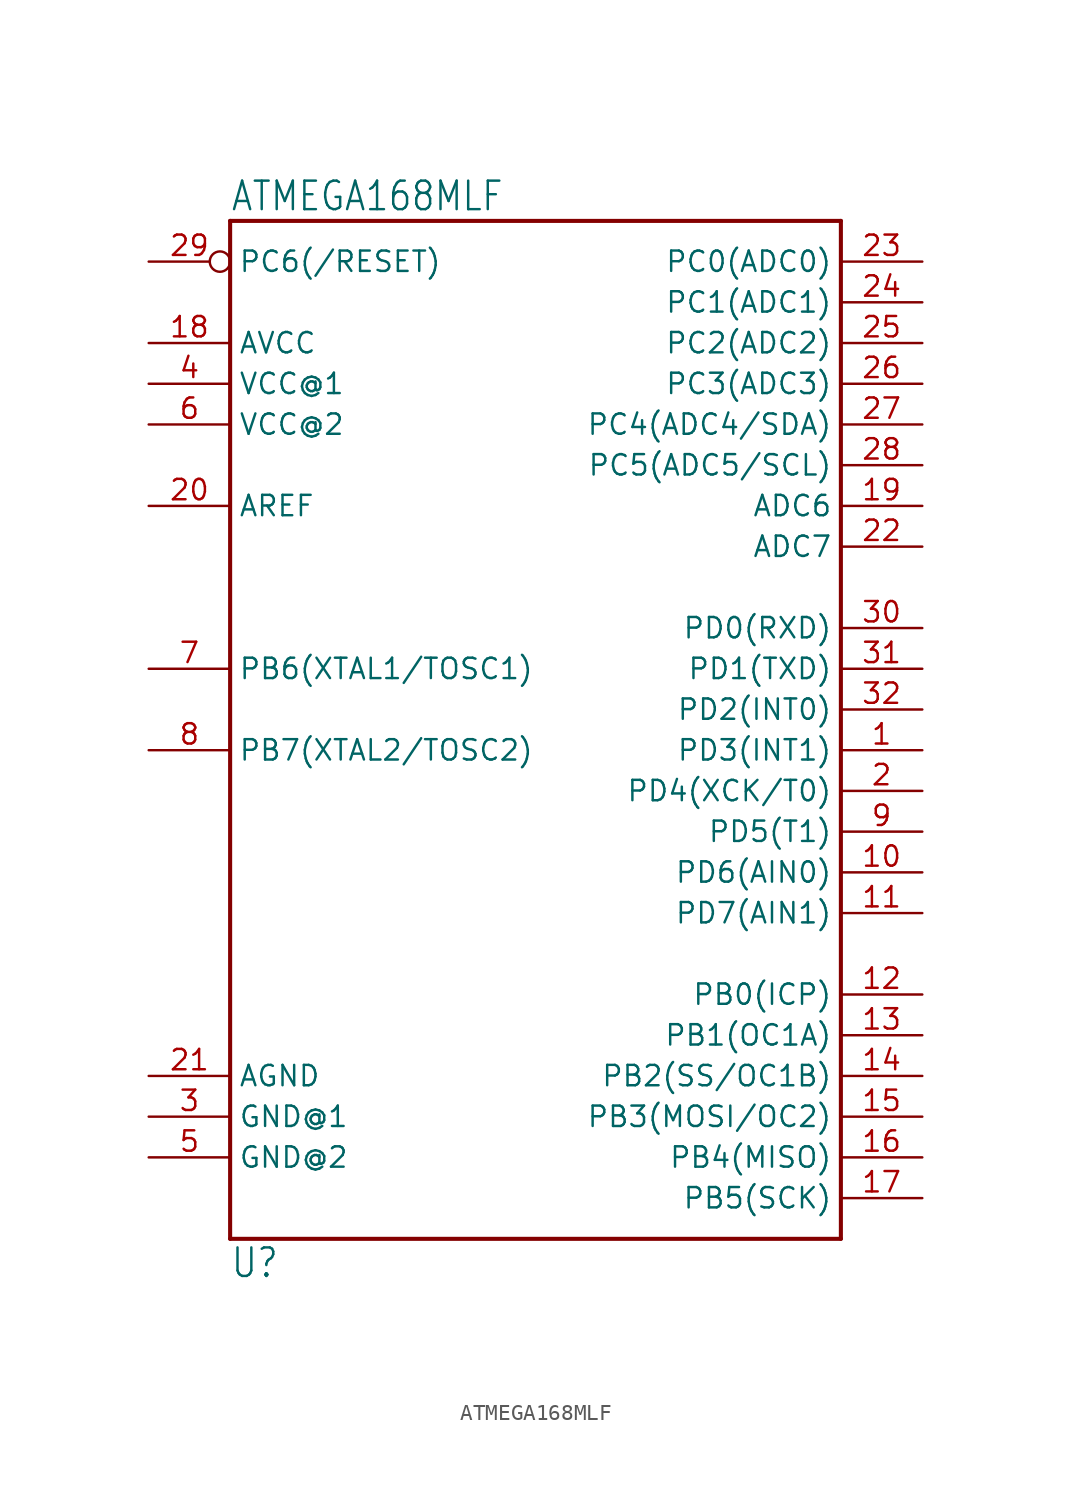
<source format=kicad_sym>
(kicad_symbol_lib
  (version 20211014)
  (generator kicad_symbol_editor)
  (symbol "ATMEGA168MLF"
    (property "Reference" "U"
      (at -17.78 -38.1 0)
      (effects (font (size 1.778 1.511)) (justify left bottom)))
    (property "Value" "ATMEGA168MLF"
      (at -17.78 28.448 0)
      (effects (font (size 1.778 1.511)) (justify left bottom)))
    (property "ki_locked" ""
      (at 0 0 0)
      (effects (font (size 1.27 1.27))))
    (symbol "ATMEGA168MLF_1_0"
      (polyline (pts (xy -17.78 -35.56) (xy -17.78 27.94)) (stroke (width 0.254) (type default) (color 0 0 0 0)) (fill (type none)))
      (polyline (pts (xy -17.78 27.94) (xy 20.32 27.94)) (stroke (width 0.254) (type default) (color 0 0 0 0)) (fill (type none)))
      (polyline (pts (xy 20.32 -35.56) (xy -17.78 -35.56)) (stroke (width 0.254) (type default) (color 0 0 0 0)) (fill (type none)))
      (polyline (pts (xy 20.32 27.94) (xy 20.32 -35.56)) (stroke (width 0.254) (type default) (color 0 0 0 0)) (fill (type none)))
      (pin bidirectional line (at 25.4 -5.08 180) (length 5.08) (name "PD3(INT1)" (effects (font (size 1.27 1.27)))) (number "1" (effects (font (size 1.27 1.27)))))
      (pin bidirectional line (at 25.4 -12.7 180) (length 5.08) (name "PD6(AIN0)" (effects (font (size 1.27 1.27)))) (number "10" (effects (font (size 1.27 1.27)))))
      (pin bidirectional line (at 25.4 -15.24 180) (length 5.08) (name "PD7(AIN1)" (effects (font (size 1.27 1.27)))) (number "11" (effects (font (size 1.27 1.27)))))
      (pin bidirectional line (at 25.4 -20.32 180) (length 5.08) (name "PB0(ICP)" (effects (font (size 1.27 1.27)))) (number "12" (effects (font (size 1.27 1.27)))))
      (pin bidirectional line (at 25.4 -22.86 180) (length 5.08) (name "PB1(OC1A)" (effects (font (size 1.27 1.27)))) (number "13" (effects (font (size 1.27 1.27)))))
      (pin bidirectional line (at 25.4 -25.4 180) (length 5.08) (name "PB2(SS/OC1B)" (effects (font (size 1.27 1.27)))) (number "14" (effects (font (size 1.27 1.27)))))
      (pin bidirectional line (at 25.4 -27.94 180) (length 5.08) (name "PB3(MOSI/OC2)" (effects (font (size 1.27 1.27)))) (number "15" (effects (font (size 1.27 1.27)))))
      (pin bidirectional line (at 25.4 -30.48 180) (length 5.08) (name "PB4(MISO)" (effects (font (size 1.27 1.27)))) (number "16" (effects (font (size 1.27 1.27)))))
      (pin bidirectional line (at 25.4 -33.02 180) (length 5.08) (name "PB5(SCK)" (effects (font (size 1.27 1.27)))) (number "17" (effects (font (size 1.27 1.27)))))
      (pin bidirectional line (at -22.86 20.32 0) (length 5.08) (name "AVCC" (effects (font (size 1.27 1.27)))) (number "18" (effects (font (size 1.27 1.27)))))
      (pin bidirectional line (at 25.4 10.16 180) (length 5.08) (name "ADC6" (effects (font (size 1.27 1.27)))) (number "19" (effects (font (size 1.27 1.27)))))
      (pin bidirectional line (at 25.4 -7.62 180) (length 5.08) (name "PD4(XCK/T0)" (effects (font (size 1.27 1.27)))) (number "2" (effects (font (size 1.27 1.27)))))
      (pin bidirectional line (at -22.86 10.16 0) (length 5.08) (name "AREF" (effects (font (size 1.27 1.27)))) (number "20" (effects (font (size 1.27 1.27)))))
      (pin bidirectional line (at -22.86 -25.4 0) (length 5.08) (name "AGND" (effects (font (size 1.27 1.27)))) (number "21" (effects (font (size 1.27 1.27)))))
      (pin bidirectional line (at 25.4 7.62 180) (length 5.08) (name "ADC7" (effects (font (size 1.27 1.27)))) (number "22" (effects (font (size 1.27 1.27)))))
      (pin bidirectional line (at 25.4 25.4 180) (length 5.08) (name "PC0(ADC0)" (effects (font (size 1.27 1.27)))) (number "23" (effects (font (size 1.27 1.27)))))
      (pin bidirectional line (at 25.4 22.86 180) (length 5.08) (name "PC1(ADC1)" (effects (font (size 1.27 1.27)))) (number "24" (effects (font (size 1.27 1.27)))))
      (pin bidirectional line (at 25.4 20.32 180) (length 5.08) (name "PC2(ADC2)" (effects (font (size 1.27 1.27)))) (number "25" (effects (font (size 1.27 1.27)))))
      (pin bidirectional line (at 25.4 17.78 180) (length 5.08) (name "PC3(ADC3)" (effects (font (size 1.27 1.27)))) (number "26" (effects (font (size 1.27 1.27)))))
      (pin bidirectional line (at 25.4 15.24 180) (length 5.08) (name "PC4(ADC4/SDA)" (effects (font (size 1.27 1.27)))) (number "27" (effects (font (size 1.27 1.27)))))
      (pin bidirectional line (at 25.4 12.7 180) (length 5.08) (name "PC5(ADC5/SCL)" (effects (font (size 1.27 1.27)))) (number "28" (effects (font (size 1.27 1.27)))))
      (pin bidirectional inverted (at -22.86 25.4 0) (length 5.08) (name "PC6(/RESET)" (effects (font (size 1.27 1.27)))) (number "29" (effects (font (size 1.27 1.27)))))
      (pin bidirectional line (at -22.86 -27.94 0) (length 5.08) (name "GND@1" (effects (font (size 1.27 1.27)))) (number "3" (effects (font (size 1.27 1.27)))))
      (pin bidirectional line (at 25.4 2.54 180) (length 5.08) (name "PD0(RXD)" (effects (font (size 1.27 1.27)))) (number "30" (effects (font (size 1.27 1.27)))))
      (pin bidirectional line (at 25.4 0 180) (length 5.08) (name "PD1(TXD)" (effects (font (size 1.27 1.27)))) (number "31" (effects (font (size 1.27 1.27)))))
      (pin bidirectional line (at 25.4 -2.54 180) (length 5.08) (name "PD2(INT0)" (effects (font (size 1.27 1.27)))) (number "32" (effects (font (size 1.27 1.27)))))
      (pin bidirectional line (at -22.86 17.78 0) (length 5.08) (name "VCC@1" (effects (font (size 1.27 1.27)))) (number "4" (effects (font (size 1.27 1.27)))))
      (pin bidirectional line (at -22.86 -30.48 0) (length 5.08) (name "GND@2" (effects (font (size 1.27 1.27)))) (number "5" (effects (font (size 1.27 1.27)))))
      (pin bidirectional line (at -22.86 15.24 0) (length 5.08) (name "VCC@2" (effects (font (size 1.27 1.27)))) (number "6" (effects (font (size 1.27 1.27)))))
      (pin bidirectional line (at -22.86 0 0) (length 5.08) (name "PB6(XTAL1/TOSC1)" (effects (font (size 1.27 1.27)))) (number "7" (effects (font (size 1.27 1.27)))))
      (pin bidirectional line (at -22.86 -5.08 0) (length 5.08) (name "PB7(XTAL2/TOSC2)" (effects (font (size 1.27 1.27)))) (number "8" (effects (font (size 1.27 1.27)))))
      (pin bidirectional line (at 25.4 -10.16 180) (length 5.08) (name "PD5(T1)" (effects (font (size 1.27 1.27)))) (number "9" (effects (font (size 1.27 1.27))))))))
</source>
